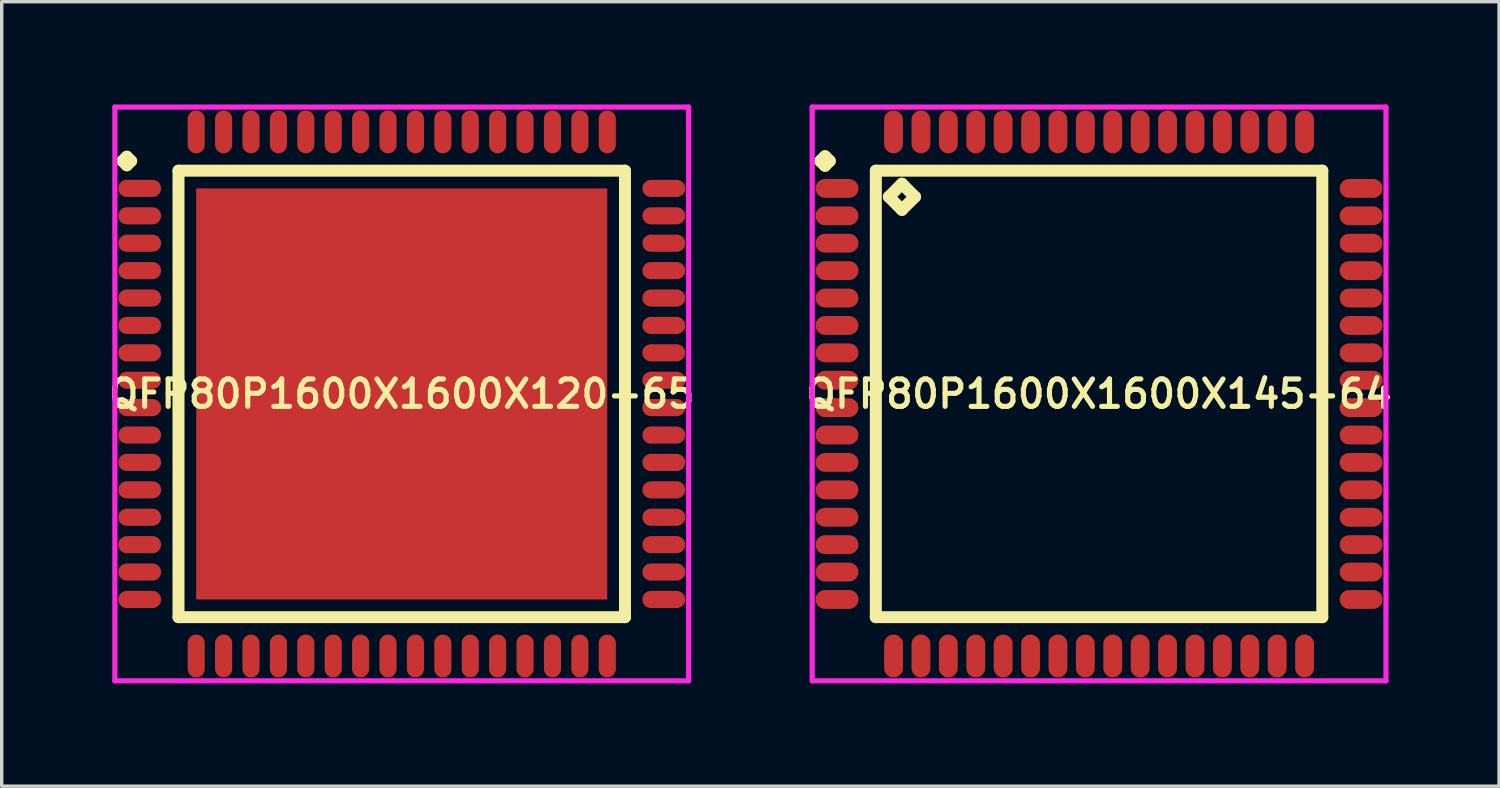
<source format=kicad_pcb>
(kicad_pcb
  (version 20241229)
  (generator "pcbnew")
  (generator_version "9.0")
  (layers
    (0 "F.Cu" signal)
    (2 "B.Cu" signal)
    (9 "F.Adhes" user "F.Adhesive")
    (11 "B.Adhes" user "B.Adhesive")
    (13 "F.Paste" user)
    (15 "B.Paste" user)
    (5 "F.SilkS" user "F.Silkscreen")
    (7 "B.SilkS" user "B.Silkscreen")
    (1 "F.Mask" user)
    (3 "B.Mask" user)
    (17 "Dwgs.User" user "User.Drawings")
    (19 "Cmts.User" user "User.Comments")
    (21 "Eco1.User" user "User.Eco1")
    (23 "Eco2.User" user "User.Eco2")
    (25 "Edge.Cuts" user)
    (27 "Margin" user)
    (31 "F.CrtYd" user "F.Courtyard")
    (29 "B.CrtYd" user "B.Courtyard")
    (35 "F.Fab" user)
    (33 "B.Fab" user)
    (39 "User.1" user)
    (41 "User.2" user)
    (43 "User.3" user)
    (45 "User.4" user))
  (footprint "QFP80P1600X1600X145-64"
    (layer "F.Cu")
    (at 29.035 8.45)
    (property "Reference" "QFP80P1600X1600X145-64" (at 0 0 0) (layer "F.SilkS") (effects (font (size 0.8 0.8) (thickness 0.15))))
    (attr smd)
    (fp_line (start -8.137 -6.8) (end -8 -6.938) (stroke (width 0.35) (type solid)) (layer "F.SilkS"))
    (fp_line (start -8 -6.938) (end -7.862 -6.8) (stroke (width 0.35) (type solid)) (layer "F.SilkS"))
    (fp_line (start -8 -6.662) (end -8.137 -6.8) (stroke (width 0.35) (type solid)) (layer "F.SilkS"))
    (fp_line (start -7.862 -6.8) (end -8 -6.662) (stroke (width 0.35) (type solid)) (layer "F.SilkS"))
    (fp_line (start -6.517 -6.517) (end -6.517 6.517) (stroke (width 0.35) (type solid)) (layer "F.SilkS"))
    (fp_line (start -6.517 6.517) (end 6.517 6.517) (stroke (width 0.35) (type solid)) (layer "F.SilkS"))
    (fp_line (start -6.136 -5.755) (end -5.755 -6.136) (stroke (width 0.35) (type solid)) (layer "F.SilkS"))
    (fp_line (start -5.755 -6.136) (end -5.374 -5.755) (stroke (width 0.35) (type solid)) (layer "F.SilkS"))
    (fp_line (start -5.755 -5.374) (end -6.136 -5.755) (stroke (width 0.35) (type solid)) (layer "F.SilkS"))
    (fp_line (start -5.374 -5.755) (end -5.755 -5.374) (stroke (width 0.35) (type solid)) (layer "F.SilkS"))
    (fp_line (start 6.517 -6.517) (end -6.517 -6.517) (stroke (width 0.35) (type solid)) (layer "F.SilkS"))
    (fp_line (start 6.517 6.517) (end 6.517 -6.517) (stroke (width 0.35) (type solid)) (layer "F.SilkS"))
    (fp_line (start -8.375 -8.375) (end 8.375 -8.375) (stroke (width 0.15) (type solid)) (layer "F.CrtYd"))
    (fp_line (start -8.375 8.375) (end -8.375 -8.375) (stroke (width 0.15) (type solid)) (layer "F.CrtYd"))
    (fp_line (start 8.375 -8.375) (end 8.375 8.375) (stroke (width 0.15) (type solid)) (layer "F.CrtYd"))
    (fp_line (start 8.375 8.375) (end -8.375 8.375) (stroke (width 0.15) (type solid)) (layer "F.CrtYd"))
    (pad "1" smd oval (at -7.65 -6) (size 1.25 0.55) (layers "F.Cu" "F.Mask" "F.Paste"))
    (pad "2" smd oval (at -7.65 -5.2) (size 1.25 0.55) (layers "F.Cu" "F.Mask" "F.Paste"))
    (pad "3" smd oval (at -7.65 -4.4) (size 1.25 0.55) (layers "F.Cu" "F.Mask" "F.Paste"))
    (pad "4" smd oval (at -7.65 -3.6) (size 1.25 0.55) (layers "F.Cu" "F.Mask" "F.Paste"))
    (pad "5" smd oval (at -7.65 -2.8) (size 1.25 0.55) (layers "F.Cu" "F.Mask" "F.Paste"))
    (pad "6" smd oval (at -7.65 -2) (size 1.25 0.55) (layers "F.Cu" "F.Mask" "F.Paste"))
    (pad "7" smd oval (at -7.65 -1.2) (size 1.25 0.55) (layers "F.Cu" "F.Mask" "F.Paste"))
    (pad "8" smd oval (at -7.65 -0.4) (size 1.25 0.55) (layers "F.Cu" "F.Mask" "F.Paste"))
    (pad "9" smd oval (at -7.65 0.4) (size 1.25 0.55) (layers "F.Cu" "F.Mask" "F.Paste"))
    (pad "10" smd oval (at -7.65 1.2) (size 1.25 0.55) (layers "F.Cu" "F.Mask" "F.Paste"))
    (pad "11" smd oval (at -7.65 2) (size 1.25 0.55) (layers "F.Cu" "F.Mask" "F.Paste"))
    (pad "12" smd oval (at -7.65 2.8) (size 1.25 0.55) (layers "F.Cu" "F.Mask" "F.Paste"))
    (pad "13" smd oval (at -7.65 3.6) (size 1.25 0.55) (layers "F.Cu" "F.Mask" "F.Paste"))
    (pad "14" smd oval (at -7.65 4.4) (size 1.25 0.55) (layers "F.Cu" "F.Mask" "F.Paste"))
    (pad "15" smd oval (at -7.65 5.2) (size 1.25 0.55) (layers "F.Cu" "F.Mask" "F.Paste"))
    (pad "16" smd oval (at -7.65 6) (size 1.25 0.55) (layers "F.Cu" "F.Mask" "F.Paste"))
    (pad "17" smd oval (at -6 7.65) (size 0.55 1.25) (layers "F.Cu" "F.Mask" "F.Paste"))
    (pad "18" smd oval (at -5.2 7.65) (size 0.55 1.25) (layers "F.Cu" "F.Mask" "F.Paste"))
    (pad "19" smd oval (at -4.4 7.65) (size 0.55 1.25) (layers "F.Cu" "F.Mask" "F.Paste"))
    (pad "20" smd oval (at -3.6 7.65) (size 0.55 1.25) (layers "F.Cu" "F.Mask" "F.Paste"))
    (pad "21" smd oval (at -2.8 7.65) (size 0.55 1.25) (layers "F.Cu" "F.Mask" "F.Paste"))
    (pad "22" smd oval (at -2 7.65) (size 0.55 1.25) (layers "F.Cu" "F.Mask" "F.Paste"))
    (pad "23" smd oval (at -1.2 7.65) (size 0.55 1.25) (layers "F.Cu" "F.Mask" "F.Paste"))
    (pad "24" smd oval (at -0.4 7.65) (size 0.55 1.25) (layers "F.Cu" "F.Mask" "F.Paste"))
    (pad "25" smd oval (at 0.4 7.65) (size 0.55 1.25) (layers "F.Cu" "F.Mask" "F.Paste"))
    (pad "26" smd oval (at 1.2 7.65) (size 0.55 1.25) (layers "F.Cu" "F.Mask" "F.Paste"))
    (pad "27" smd oval (at 2 7.65) (size 0.55 1.25) (layers "F.Cu" "F.Mask" "F.Paste"))
    (pad "28" smd oval (at 2.8 7.65) (size 0.55 1.25) (layers "F.Cu" "F.Mask" "F.Paste"))
    (pad "29" smd oval (at 3.6 7.65) (size 0.55 1.25) (layers "F.Cu" "F.Mask" "F.Paste"))
    (pad "30" smd oval (at 4.4 7.65) (size 0.55 1.25) (layers "F.Cu" "F.Mask" "F.Paste"))
    (pad "31" smd oval (at 5.2 7.65) (size 0.55 1.25) (layers "F.Cu" "F.Mask" "F.Paste"))
    (pad "32" smd oval (at 6 7.65) (size 0.55 1.25) (layers "F.Cu" "F.Mask" "F.Paste"))
    (pad "33" smd oval (at 7.65 6) (size 1.25 0.55) (layers "F.Cu" "F.Mask" "F.Paste"))
    (pad "34" smd oval (at 7.65 5.2) (size 1.25 0.55) (layers "F.Cu" "F.Mask" "F.Paste"))
    (pad "35" smd oval (at 7.65 4.4) (size 1.25 0.55) (layers "F.Cu" "F.Mask" "F.Paste"))
    (pad "36" smd oval (at 7.65 3.6) (size 1.25 0.55) (layers "F.Cu" "F.Mask" "F.Paste"))
    (pad "37" smd oval (at 7.65 2.8) (size 1.25 0.55) (layers "F.Cu" "F.Mask" "F.Paste"))
    (pad "38" smd oval (at 7.65 2) (size 1.25 0.55) (layers "F.Cu" "F.Mask" "F.Paste"))
    (pad "39" smd oval (at 7.65 1.2) (size 1.25 0.55) (layers "F.Cu" "F.Mask" "F.Paste"))
    (pad "40" smd oval (at 7.65 0.4) (size 1.25 0.55) (layers "F.Cu" "F.Mask" "F.Paste"))
    (pad "41" smd oval (at 7.65 -0.4) (size 1.25 0.55) (layers "F.Cu" "F.Mask" "F.Paste"))
    (pad "42" smd oval (at 7.65 -1.2) (size 1.25 0.55) (layers "F.Cu" "F.Mask" "F.Paste"))
    (pad "43" smd oval (at 7.65 -2) (size 1.25 0.55) (layers "F.Cu" "F.Mask" "F.Paste"))
    (pad "44" smd oval (at 7.65 -2.8) (size 1.25 0.55) (layers "F.Cu" "F.Mask" "F.Paste"))
    (pad "45" smd oval (at 7.65 -3.6) (size 1.25 0.55) (layers "F.Cu" "F.Mask" "F.Paste"))
    (pad "46" smd oval (at 7.65 -4.4) (size 1.25 0.55) (layers "F.Cu" "F.Mask" "F.Paste"))
    (pad "47" smd oval (at 7.65 -5.2) (size 1.25 0.55) (layers "F.Cu" "F.Mask" "F.Paste"))
    (pad "48" smd oval (at 7.65 -6) (size 1.25 0.55) (layers "F.Cu" "F.Mask" "F.Paste"))
    (pad "49" smd oval (at 6 -7.65) (size 0.55 1.25) (layers "F.Cu" "F.Mask" "F.Paste"))
    (pad "50" smd oval (at 5.2 -7.65) (size 0.55 1.25) (layers "F.Cu" "F.Mask" "F.Paste"))
    (pad "51" smd oval (at 4.4 -7.65) (size 0.55 1.25) (layers "F.Cu" "F.Mask" "F.Paste"))
    (pad "52" smd oval (at 3.6 -7.65) (size 0.55 1.25) (layers "F.Cu" "F.Mask" "F.Paste"))
    (pad "53" smd oval (at 2.8 -7.65) (size 0.55 1.25) (layers "F.Cu" "F.Mask" "F.Paste"))
    (pad "54" smd oval (at 2 -7.65) (size 0.55 1.25) (layers "F.Cu" "F.Mask" "F.Paste"))
    (pad "55" smd oval (at 1.2 -7.65) (size 0.55 1.25) (layers "F.Cu" "F.Mask" "F.Paste"))
    (pad "56" smd oval (at 0.4 -7.65) (size 0.55 1.25) (layers "F.Cu" "F.Mask" "F.Paste"))
    (pad "57" smd oval (at -0.4 -7.65) (size 0.55 1.25) (layers "F.Cu" "F.Mask" "F.Paste"))
    (pad "58" smd oval (at -1.2 -7.65) (size 0.55 1.25) (layers "F.Cu" "F.Mask" "F.Paste"))
    (pad "59" smd oval (at -2 -7.65) (size 0.55 1.25) (layers "F.Cu" "F.Mask" "F.Paste"))
    (pad "60" smd oval (at -2.8 -7.65) (size 0.55 1.25) (layers "F.Cu" "F.Mask" "F.Paste"))
    (pad "61" smd oval (at -3.6 -7.65) (size 0.55 1.25) (layers "F.Cu" "F.Mask" "F.Paste"))
    (pad "62" smd oval (at -4.4 -7.65) (size 0.55 1.25) (layers "F.Cu" "F.Mask" "F.Paste"))
    (pad "63" smd oval (at -5.2 -7.65) (size 0.55 1.25) (layers "F.Cu" "F.Mask" "F.Paste"))
    (pad "64" smd oval (at -6 -7.65) (size 0.55 1.25) (layers "F.Cu" "F.Mask" "F.Paste")))
  (footprint "QFP80P1600X1600X120-65"
    (layer "F.Cu")
    (at 8.678 8.45)
    (property "Reference" "QFP80P1600X1600X120-65" (at 0 0 0) (layer "F.SilkS") (effects (font (size 0.8 0.8) (thickness 0.15))))
    (attr smd)
    (fp_line (start -8.15 -6.8) (end -8.025 -6.925) (stroke (width 0.35) (type solid)) (layer "F.SilkS"))
    (fp_line (start -8.025 -6.925) (end -7.9 -6.8) (stroke (width 0.35) (type solid)) (layer "F.SilkS"))
    (fp_line (start -8.025 -6.675) (end -8.15 -6.8) (stroke (width 0.35) (type solid)) (layer "F.SilkS"))
    (fp_line (start -7.9 -6.8) (end -8.025 -6.675) (stroke (width 0.35) (type solid)) (layer "F.SilkS"))
    (fp_line (start -6.517 -6.517) (end -6.517 6.517) (stroke (width 0.35) (type solid)) (layer "F.SilkS"))
    (fp_line (start -6.517 6.517) (end 6.517 6.517) (stroke (width 0.35) (type solid)) (layer "F.SilkS"))
    (fp_line (start 6.517 -6.517) (end -6.517 -6.517) (stroke (width 0.35) (type solid)) (layer "F.SilkS"))
    (fp_line (start 6.517 6.517) (end 6.517 -6.517) (stroke (width 0.35) (type solid)) (layer "F.SilkS"))
    (fp_line (start -8.375 -8.375) (end 8.375 -8.375) (stroke (width 0.15) (type solid)) (layer "F.CrtYd"))
    (fp_line (start -8.375 8.375) (end -8.375 -8.375) (stroke (width 0.15) (type solid)) (layer "F.CrtYd"))
    (fp_line (start 8.375 -8.375) (end 8.375 8.375) (stroke (width 0.15) (type solid)) (layer "F.CrtYd"))
    (fp_line (start 8.375 8.375) (end -8.375 8.375) (stroke (width 0.15) (type solid)) (layer "F.CrtYd"))
    (pad "1" smd oval (at -7.65 -6) (size 1.25 0.5) (layers "F.Cu" "F.Mask" "F.Paste"))
    (pad "2" smd oval (at -7.65 -5.2) (size 1.25 0.5) (layers "F.Cu" "F.Mask" "F.Paste"))
    (pad "3" smd oval (at -7.65 -4.4) (size 1.25 0.5) (layers "F.Cu" "F.Mask" "F.Paste"))
    (pad "4" smd oval (at -7.65 -3.6) (size 1.25 0.5) (layers "F.Cu" "F.Mask" "F.Paste"))
    (pad "5" smd oval (at -7.65 -2.8) (size 1.25 0.5) (layers "F.Cu" "F.Mask" "F.Paste"))
    (pad "6" smd oval (at -7.65 -2) (size 1.25 0.5) (layers "F.Cu" "F.Mask" "F.Paste"))
    (pad "7" smd oval (at -7.65 -1.2) (size 1.25 0.5) (layers "F.Cu" "F.Mask" "F.Paste"))
    (pad "8" smd oval (at -7.65 -0.4) (size 1.25 0.5) (layers "F.Cu" "F.Mask" "F.Paste"))
    (pad "9" smd oval (at -7.65 0.4) (size 1.25 0.5) (layers "F.Cu" "F.Mask" "F.Paste"))
    (pad "10" smd oval (at -7.65 1.2) (size 1.25 0.5) (layers "F.Cu" "F.Mask" "F.Paste"))
    (pad "11" smd oval (at -7.65 2) (size 1.25 0.5) (layers "F.Cu" "F.Mask" "F.Paste"))
    (pad "12" smd oval (at -7.65 2.8) (size 1.25 0.5) (layers "F.Cu" "F.Mask" "F.Paste"))
    (pad "13" smd oval (at -7.65 3.6) (size 1.25 0.5) (layers "F.Cu" "F.Mask" "F.Paste"))
    (pad "14" smd oval (at -7.65 4.4) (size 1.25 0.5) (layers "F.Cu" "F.Mask" "F.Paste"))
    (pad "15" smd oval (at -7.65 5.2) (size 1.25 0.5) (layers "F.Cu" "F.Mask" "F.Paste"))
    (pad "16" smd oval (at -7.65 6) (size 1.25 0.5) (layers "F.Cu" "F.Mask" "F.Paste"))
    (pad "17" smd oval (at -6 7.65) (size 0.5 1.25) (layers "F.Cu" "F.Mask" "F.Paste"))
    (pad "18" smd oval (at -5.2 7.65) (size 0.5 1.25) (layers "F.Cu" "F.Mask" "F.Paste"))
    (pad "19" smd oval (at -4.4 7.65) (size 0.5 1.25) (layers "F.Cu" "F.Mask" "F.Paste"))
    (pad "20" smd oval (at -3.6 7.65) (size 0.5 1.25) (layers "F.Cu" "F.Mask" "F.Paste"))
    (pad "21" smd oval (at -2.8 7.65) (size 0.5 1.25) (layers "F.Cu" "F.Mask" "F.Paste"))
    (pad "22" smd oval (at -2 7.65) (size 0.5 1.25) (layers "F.Cu" "F.Mask" "F.Paste"))
    (pad "23" smd oval (at -1.2 7.65) (size 0.5 1.25) (layers "F.Cu" "F.Mask" "F.Paste"))
    (pad "24" smd oval (at -0.4 7.65) (size 0.5 1.25) (layers "F.Cu" "F.Mask" "F.Paste"))
    (pad "25" smd oval (at 0.4 7.65) (size 0.5 1.25) (layers "F.Cu" "F.Mask" "F.Paste"))
    (pad "26" smd oval (at 1.2 7.65) (size 0.5 1.25) (layers "F.Cu" "F.Mask" "F.Paste"))
    (pad "27" smd oval (at 2 7.65) (size 0.5 1.25) (layers "F.Cu" "F.Mask" "F.Paste"))
    (pad "28" smd oval (at 2.8 7.65) (size 0.5 1.25) (layers "F.Cu" "F.Mask" "F.Paste"))
    (pad "29" smd oval (at 3.6 7.65) (size 0.5 1.25) (layers "F.Cu" "F.Mask" "F.Paste"))
    (pad "30" smd oval (at 4.4 7.65) (size 0.5 1.25) (layers "F.Cu" "F.Mask" "F.Paste"))
    (pad "31" smd oval (at 5.2 7.65) (size 0.5 1.25) (layers "F.Cu" "F.Mask" "F.Paste"))
    (pad "32" smd oval (at 6 7.65) (size 0.5 1.25) (layers "F.Cu" "F.Mask" "F.Paste"))
    (pad "33" smd oval (at 7.65 6) (size 1.25 0.5) (layers "F.Cu" "F.Mask" "F.Paste"))
    (pad "34" smd oval (at 7.65 5.2) (size 1.25 0.5) (layers "F.Cu" "F.Mask" "F.Paste"))
    (pad "35" smd oval (at 7.65 4.4) (size 1.25 0.5) (layers "F.Cu" "F.Mask" "F.Paste"))
    (pad "36" smd oval (at 7.65 3.6) (size 1.25 0.5) (layers "F.Cu" "F.Mask" "F.Paste"))
    (pad "37" smd oval (at 7.65 2.8) (size 1.25 0.5) (layers "F.Cu" "F.Mask" "F.Paste"))
    (pad "38" smd oval (at 7.65 2) (size 1.25 0.5) (layers "F.Cu" "F.Mask" "F.Paste"))
    (pad "39" smd oval (at 7.65 1.2) (size 1.25 0.5) (layers "F.Cu" "F.Mask" "F.Paste"))
    (pad "40" smd oval (at 7.65 0.4) (size 1.25 0.5) (layers "F.Cu" "F.Mask" "F.Paste"))
    (pad "41" smd oval (at 7.65 -0.4) (size 1.25 0.5) (layers "F.Cu" "F.Mask" "F.Paste"))
    (pad "42" smd oval (at 7.65 -1.2) (size 1.25 0.5) (layers "F.Cu" "F.Mask" "F.Paste"))
    (pad "43" smd oval (at 7.65 -2) (size 1.25 0.5) (layers "F.Cu" "F.Mask" "F.Paste"))
    (pad "44" smd oval (at 7.65 -2.8) (size 1.25 0.5) (layers "F.Cu" "F.Mask" "F.Paste"))
    (pad "45" smd oval (at 7.65 -3.6) (size 1.25 0.5) (layers "F.Cu" "F.Mask" "F.Paste"))
    (pad "46" smd oval (at 7.65 -4.4) (size 1.25 0.5) (layers "F.Cu" "F.Mask" "F.Paste"))
    (pad "47" smd oval (at 7.65 -5.2) (size 1.25 0.5) (layers "F.Cu" "F.Mask" "F.Paste"))
    (pad "48" smd oval (at 7.65 -6) (size 1.25 0.5) (layers "F.Cu" "F.Mask" "F.Paste"))
    (pad "49" smd oval (at 6 -7.65) (size 0.5 1.25) (layers "F.Cu" "F.Mask" "F.Paste"))
    (pad "50" smd oval (at 5.2 -7.65) (size 0.5 1.25) (layers "F.Cu" "F.Mask" "F.Paste"))
    (pad "51" smd oval (at 4.4 -7.65) (size 0.5 1.25) (layers "F.Cu" "F.Mask" "F.Paste"))
    (pad "52" smd oval (at 3.6 -7.65) (size 0.5 1.25) (layers "F.Cu" "F.Mask" "F.Paste"))
    (pad "53" smd oval (at 2.8 -7.65) (size 0.5 1.25) (layers "F.Cu" "F.Mask" "F.Paste"))
    (pad "54" smd oval (at 2 -7.65) (size 0.5 1.25) (layers "F.Cu" "F.Mask" "F.Paste"))
    (pad "55" smd oval (at 1.2 -7.65) (size 0.5 1.25) (layers "F.Cu" "F.Mask" "F.Paste"))
    (pad "56" smd oval (at 0.4 -7.65) (size 0.5 1.25) (layers "F.Cu" "F.Mask" "F.Paste"))
    (pad "57" smd oval (at -0.4 -7.65) (size 0.5 1.25) (layers "F.Cu" "F.Mask" "F.Paste"))
    (pad "58" smd oval (at -1.2 -7.65) (size 0.5 1.25) (layers "F.Cu" "F.Mask" "F.Paste"))
    (pad "59" smd oval (at -2 -7.65) (size 0.5 1.25) (layers "F.Cu" "F.Mask" "F.Paste"))
    (pad "60" smd oval (at -2.8 -7.65) (size 0.5 1.25) (layers "F.Cu" "F.Mask" "F.Paste"))
    (pad "61" smd oval (at -3.6 -7.65) (size 0.5 1.25) (layers "F.Cu" "F.Mask" "F.Paste"))
    (pad "62" smd oval (at -4.4 -7.65) (size 0.5 1.25) (layers "F.Cu" "F.Mask" "F.Paste"))
    (pad "63" smd oval (at -5.2 -7.65) (size 0.5 1.25) (layers "F.Cu" "F.Mask" "F.Paste"))
    (pad "64" smd oval (at -6 -7.65) (size 0.5 1.25) (layers "F.Cu" "F.Mask" "F.Paste"))
    (pad "65" smd rect (at 0 0) (size 12 12) (layers "F.Cu" "F.Mask" "F.Paste")))
  (gr_rect
    (start -3 -3)
    (end 40.713 19.9)
    (stroke (width 0.1) (type default))
    (fill no)
    (layer "Edge.Cuts")))
</source>
